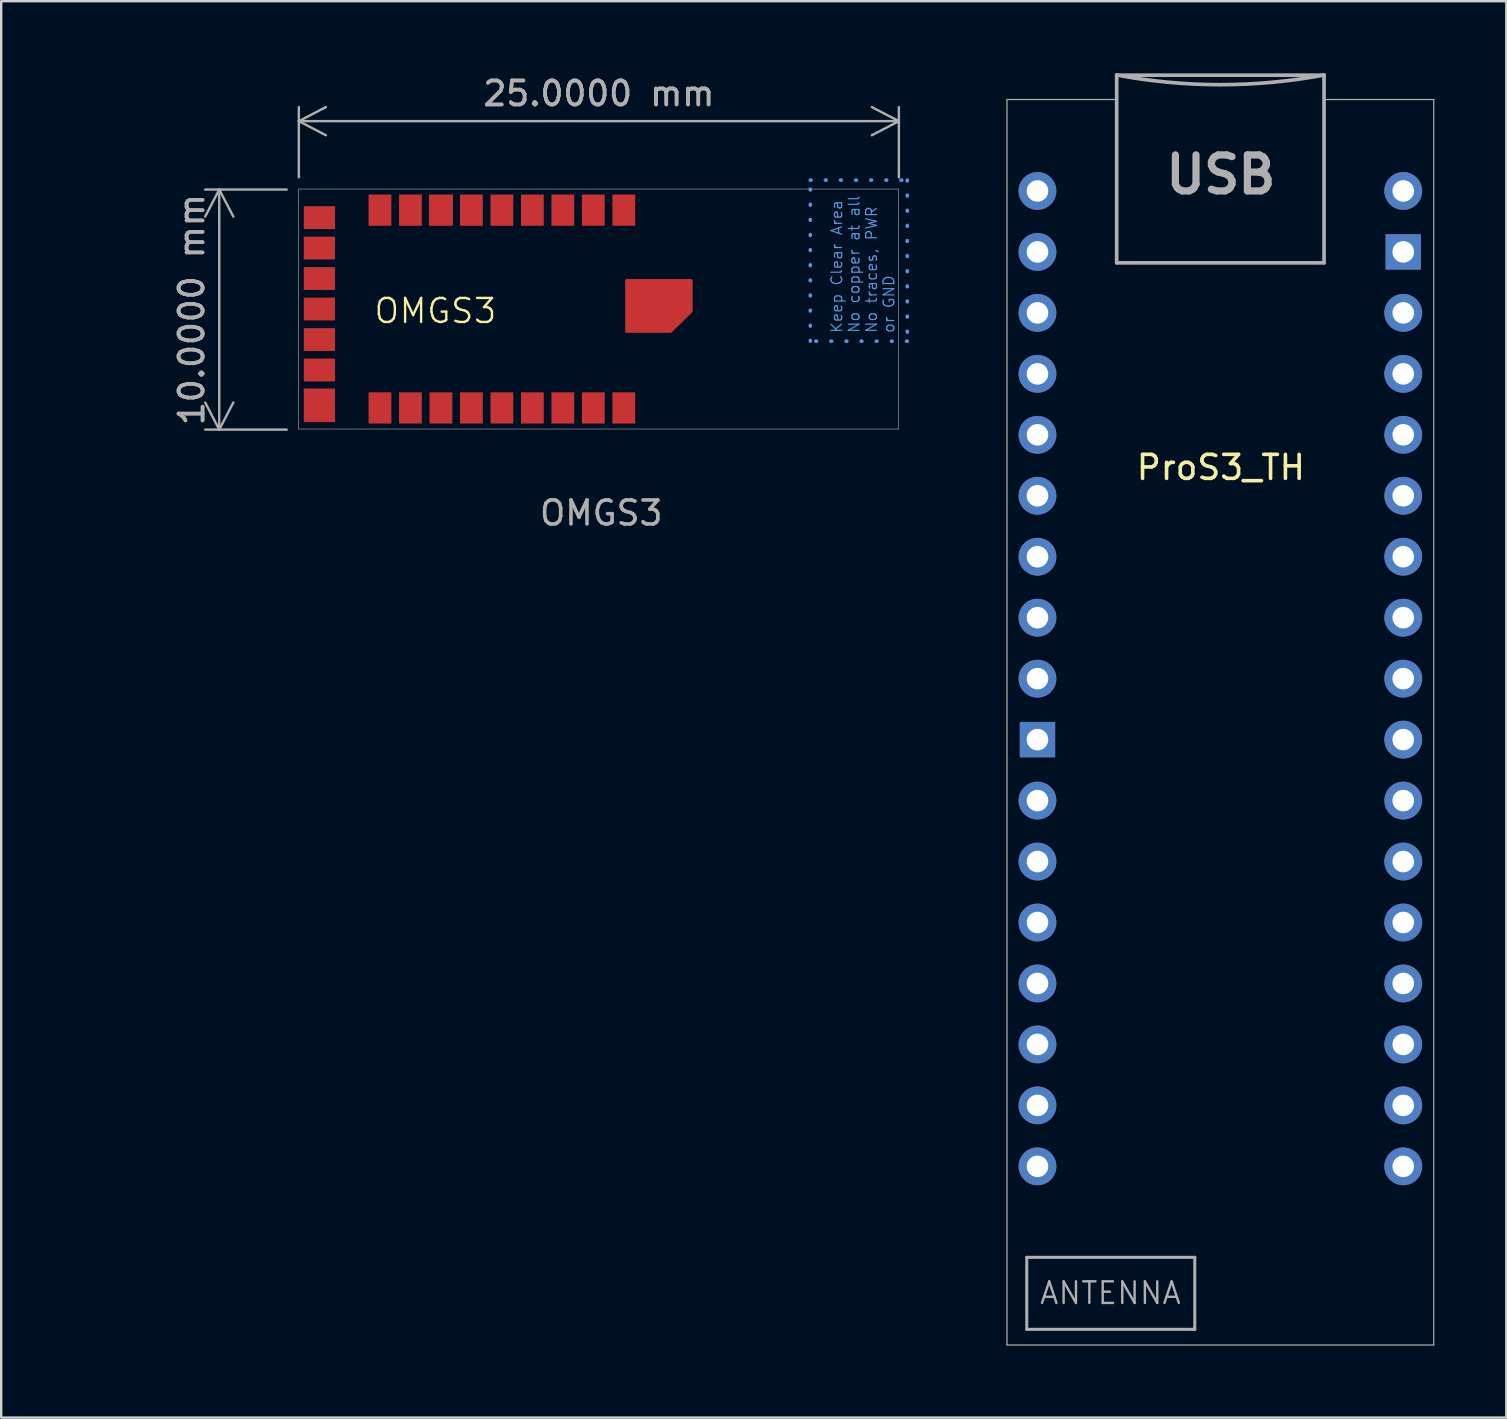
<source format=kicad_pcb>
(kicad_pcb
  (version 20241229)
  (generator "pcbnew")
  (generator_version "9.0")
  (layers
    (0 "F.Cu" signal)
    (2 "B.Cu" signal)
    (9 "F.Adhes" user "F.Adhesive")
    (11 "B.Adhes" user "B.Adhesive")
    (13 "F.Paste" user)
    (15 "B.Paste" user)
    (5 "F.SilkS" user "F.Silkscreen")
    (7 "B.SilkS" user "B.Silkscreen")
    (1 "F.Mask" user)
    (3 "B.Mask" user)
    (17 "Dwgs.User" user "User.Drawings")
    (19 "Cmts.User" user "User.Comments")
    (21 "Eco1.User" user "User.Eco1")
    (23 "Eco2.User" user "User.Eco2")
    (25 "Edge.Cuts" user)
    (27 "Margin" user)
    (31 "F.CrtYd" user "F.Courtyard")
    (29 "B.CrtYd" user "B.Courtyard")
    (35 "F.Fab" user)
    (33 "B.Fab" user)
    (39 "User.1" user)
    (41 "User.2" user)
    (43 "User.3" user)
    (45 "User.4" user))
  (footprint "OMGS3"
    (layer "F.Cu")
    (at 9.391 14.826)
    (property "Reference" "OMGS3" (at 5.7 -4.921 0) (unlocked yes) (layer "F.SilkS") (effects (font (size 1 1) (thickness 0.1))))
    (attr smd)
    (fp_rect (start 21.32 -10.371) (end 25.36 -3.661) (stroke (width 0.15) (type dot)) (fill no) (layer "Cmts.User"))
    (fp_line (start 0 -10) (end 25 -10) (stroke (width 0.02) (type solid)) (layer "Edge.Cuts"))
    (fp_line (start 0 0) (end 0 -10) (stroke (width 0.02) (type solid)) (layer "Edge.Cuts"))
    (fp_line (start 0 0) (end 25 0) (stroke (width 0.02) (type solid)) (layer "Edge.Cuts"))
    (fp_line (start 25 -10) (end 25 0) (stroke (width 0.02) (type solid)) (layer "Edge.Cuts"))
    (fp_text user "${REFERENCE}" (at 12.61 3.499 0) (unlocked yes) (layer "F.Fab") (effects (font (size 1 1) (thickness 0.15))))
    (fp_text_box "Keep Clear Area\nNo copper at all\nNo traces, PWR\nor GND" (start 21.82 -3.635) (end 26.49 -11.447) (margins 0.338 0.338 0.338 0.338) (angle 90) (layer "Cmts.User") (effects (font (size 0.45 0.45) (thickness 0.05)) (justify left top)) (border no) (stroke (width 0) (type dot)))
    (dimension (type aligned) (layer "F.Fab") (pts (xy 9.393 14.848) (xy 9.393 4.848)) (height -3.308) (format (prefix "") (suffix "") (units 3) (units_format 1) (precision 4)) (style (thickness 0.1) (arrow_length 1.27) (text_position_mode 0) (arrow_direction outward) (extension_height 0.586) (extension_offset 0.5) (keep_text_aligned yes)) (gr_text "10.0000 mm" (at 4.935 9.848 90) (layer "F.Fab") (effects (font (size 1 1) (thickness 0.15)))))
    (dimension (type aligned) (layer "F.Fab") (pts (xy 9.401 4.837) (xy 34.401 4.837)) (height -2.839) (format (prefix "") (suffix "") (units 3) (units_format 1) (precision 4)) (style (thickness 0.1) (arrow_length 1.27) (text_position_mode 0) (arrow_direction outward) (extension_height 0.586) (extension_offset 0.5) (keep_text_aligned yes)) (gr_text "25.0000 mm" (at 21.901 0.848 0) (layer "F.Fab") (effects (font (size 1 1) (thickness 0.15)))))
    (pad "1" smd rect (at 13.55 -0.88) (size 0.95 1.3) (layers "F.Cu" "F.Mask" "F.Paste"))
    (pad "2" smd rect (at 12.28 -0.88) (size 0.95 1.3) (layers "F.Cu" "F.Mask" "F.Paste"))
    (pad "3" smd rect (at 11.01 -0.88) (size 0.95 1.3) (layers "F.Cu" "F.Mask" "F.Paste"))
    (pad "4" smd rect (at 9.74 -0.88) (size 0.95 1.3) (layers "F.Cu" "F.Mask" "F.Paste"))
    (pad "5" smd rect (at 8.47 -0.88) (size 0.95 1.3) (layers "F.Cu" "F.Mask" "F.Paste"))
    (pad "6" smd rect (at 7.2 -0.88) (size 0.95 1.3) (layers "F.Cu" "F.Mask" "F.Paste"))
    (pad "7" smd rect (at 5.93 -0.88) (size 0.95 1.3) (layers "F.Cu" "F.Mask" "F.Paste"))
    (pad "8" smd rect (at 4.66 -0.88) (size 0.95 1.3) (layers "F.Cu" "F.Mask" "F.Paste"))
    (pad "9" smd rect (at 3.39 -0.88) (size 0.95 1.3) (layers "F.Cu" "F.Mask" "F.Paste"))
    (pad "10" smd rect (at 0.867 -0.99 90) (size 1.4 1.3) (layers "F.Cu" "F.Mask" "F.Paste"))
    (pad "11" smd rect (at 0.867 -2.46 90) (size 0.95 1.3) (layers "F.Cu" "F.Mask" "F.Paste"))
    (pad "12" smd rect (at 0.867 -3.73 90) (size 0.95 1.3) (layers "F.Cu" "F.Mask" "F.Paste"))
    (pad "13" smd rect (at 0.867 -5 90) (size 0.95 1.3) (layers "F.Cu" "F.Mask" "F.Paste"))
    (pad "14" smd rect (at 0.867 -6.27 90) (size 0.95 1.3) (layers "F.Cu" "F.Mask" "F.Paste"))
    (pad "15" smd rect (at 0.867 -7.54 90) (size 0.95 1.3) (layers "F.Cu" "F.Mask" "F.Paste"))
    (pad "16" smd rect (at 0.867 -8.81 90) (size 0.95 1.3) (layers "F.Cu" "F.Mask" "F.Paste"))
    (pad "17" smd rect (at 3.39 -9.12) (size 0.95 1.3) (layers "F.Cu" "F.Mask" "F.Paste"))
    (pad "18" smd rect (at 4.66 -9.12) (size 0.95 1.3) (layers "F.Cu" "F.Mask" "F.Paste"))
    (pad "19" smd rect (at 5.93 -9.12) (size 1 1.3) (layers "F.Cu" "F.Mask" "F.Paste"))
    (pad "20" smd rect (at 7.2 -9.12) (size 0.95 1.3) (layers "F.Cu" "F.Mask" "F.Paste"))
    (pad "21" smd rect (at 8.47 -9.12) (size 0.95 1.3) (layers "F.Cu" "F.Mask" "F.Paste"))
    (pad "22" smd rect (at 9.74 -9.12) (size 0.95 1.3) (layers "F.Cu" "F.Mask" "F.Paste"))
    (pad "23" smd rect (at 11.01 -9.12) (size 0.95 1.3) (layers "F.Cu" "F.Mask" "F.Paste"))
    (pad "24" smd rect (at 12.28 -9.12) (size 0.95 1.3) (layers "F.Cu" "F.Mask" "F.Paste"))
    (pad "25" smd rect (at 13.55 -9.12) (size 0.95 1.3) (layers "F.Cu" "F.Mask" "F.Paste"))
    (pad "EXP" smd custom (at 15.307 -5.1) (size 1.25 1.25) (layers "F.Cu" "F.Mask" "F.Paste") (options (anchor rect)) (primitives (gr_poly (pts (xy 1.06 0.2) (xy 0.2 1.04) (xy -1.65 1.04) (xy -1.65 -1.1) (xy 1.06 -1.1)) (width 0.1) (fill yes)))))
  (footprint "ProS3_TH"
    (layer "F.Cu")
    (at 47.816 25.226)
    (property "Reference" "ProS3_TH" (at 0 -8.8 0) (unlocked yes) (layer "F.SilkS") (effects (font (size 1 1) (thickness 0.15))))
    (attr through_hole)
    (fp_line (start -8.91 27.762) (end -8.91 -24.13) (stroke (width 0.05) (type solid)) (layer "F.Fab"))
    (fp_line (start -8.91 27.762) (end 8.87 27.762) (stroke (width 0.05) (type solid)) (layer "F.Fab"))
    (fp_line (start -8.086 24.11) (end -1.086 24.11) (stroke (width 0.127) (type solid)) (layer "F.Fab"))
    (fp_line (start -8.086 27.11) (end -8.086 24.11) (stroke (width 0.127) (type solid)) (layer "F.Fab"))
    (fp_line (start -4.41 -24.13) (end -8.91 -24.13) (stroke (width 0.05) (type solid)) (layer "F.Fab"))
    (fp_line (start -4.34 -17.325) (end -4.34 -25.145) (stroke (width 0.152) (type solid)) (layer "F.Fab"))
    (fp_line (start -4.34 -17.315) (end -4.34 -17.325) (stroke (width 0.01) (type solid)) (layer "F.Fab"))
    (fp_line (start -1.086 24.11) (end -1.086 27.11) (stroke (width 0.127) (type solid)) (layer "F.Fab"))
    (fp_line (start -1.086 27.11) (end -8.086 27.11) (stroke (width 0.127) (type solid)) (layer "F.Fab"))
    (fp_line (start 4.3 -25.145) (end -4.34 -25.145) (stroke (width 0.152) (type solid)) (layer "F.Fab"))
    (fp_line (start 4.3 -25.145) (end 4.3 -17.325) (stroke (width 0.152) (type solid)) (layer "F.Fab"))
    (fp_line (start 4.3 -17.325) (end -4.34 -17.325) (stroke (width 0.152) (type solid)) (layer "F.Fab"))
    (fp_line (start 4.3 -17.315) (end 4.3 -17.325) (stroke (width 0.01) (type solid)) (layer "F.Fab"))
    (fp_line (start 8.87 -24.13) (end 4.391 -24.13) (stroke (width 0.05) (type solid)) (layer "F.Fab"))
    (fp_line (start 8.87 -24.13) (end 8.87 27.762) (stroke (width 0.05) (type solid)) (layer "F.Fab"))
    (fp_arc (start 4.3 -25.15) (mid -0.02 -24.747675) (end -4.34 -25.15) (stroke (width 0.1524) (type solid)) (layer "F.Fab"))
    (fp_text user "USB" (at 0 -21 0) (unlocked yes) (layer "F.Fab") (effects (font (size 1.5 1.5) (thickness 0.3))))
    (fp_text user "ANTENNA" (at -4.6 25.6 0) (unlocked yes) (layer "F.Fab") (effects (font (size 0.9 0.9) (thickness 0.1))))
    (pad "1" thru_hole circle (at 7.6 -20.32) (size 1.575 1.575) (drill 0.9) (layers "*.Cu" "*.Mask"))
    (pad "2" thru_hole rect (at 7.6 -17.78) (size 1.473 1.473) (drill 0.9) (layers "*.Cu" "*.Mask"))
    (pad "3" thru_hole circle (at 7.6 -15.24) (size 1.575 1.575) (drill 0.9) (layers "*.Cu" "*.Mask"))
    (pad "4" thru_hole circle (at 7.6 -12.7) (size 1.575 1.575) (drill 0.9) (layers "*.Cu" "*.Mask"))
    (pad "5" thru_hole circle (at 7.6 -10.16) (size 1.575 1.575) (drill 0.9) (layers "*.Cu" "*.Mask"))
    (pad "6" thru_hole circle (at 7.6 -7.62) (size 1.575 1.575) (drill 0.9) (layers "*.Cu" "*.Mask"))
    (pad "7" thru_hole circle (at 7.6 -5.08) (size 1.575 1.575) (drill 0.9) (layers "*.Cu" "*.Mask"))
    (pad "8" thru_hole circle (at 7.6 -2.54) (size 1.575 1.575) (drill 0.9) (layers "*.Cu" "*.Mask"))
    (pad "9" thru_hole circle (at 7.6 0) (size 1.575 1.575) (drill 0.9) (layers "*.Cu" "*.Mask"))
    (pad "10" thru_hole circle (at 7.6 2.54) (size 1.575 1.575) (drill 0.9) (layers "*.Cu" "*.Mask"))
    (pad "11" thru_hole circle (at 7.6 5.08) (size 1.575 1.575) (drill 0.9) (layers "*.Cu" "*.Mask"))
    (pad "12" thru_hole circle (at 7.6 7.62) (size 1.575 1.575) (drill 0.9) (layers "*.Cu" "*.Mask"))
    (pad "13" thru_hole circle (at 7.6 10.16) (size 1.575 1.575) (drill 0.9) (layers "*.Cu" "*.Mask"))
    (pad "14" thru_hole circle (at 7.6 12.7) (size 1.575 1.575) (drill 0.9) (layers "*.Cu" "*.Mask"))
    (pad "15" thru_hole circle (at 7.6 15.24) (size 1.575 1.575) (drill 0.9) (layers "*.Cu" "*.Mask"))
    (pad "16" thru_hole circle (at 7.6 17.78) (size 1.575 1.575) (drill 0.9) (layers "*.Cu" "*.Mask"))
    (pad "17" thru_hole circle (at 7.6 20.32) (size 1.575 1.575) (drill 0.9) (layers "*.Cu" "*.Mask"))
    (pad "18" thru_hole circle (at -7.64 20.32) (size 1.575 1.575) (drill 0.9) (layers "*.Cu" "*.Mask"))
    (pad "19" thru_hole circle (at -7.64 17.78) (size 1.575 1.575) (drill 0.9) (layers "*.Cu" "*.Mask"))
    (pad "20" thru_hole circle (at -7.64 15.24) (size 1.575 1.575) (drill 0.9) (layers "*.Cu" "*.Mask"))
    (pad "21" thru_hole circle (at -7.64 12.7) (size 1.575 1.575) (drill 0.9) (layers "*.Cu" "*.Mask"))
    (pad "22" thru_hole circle (at -7.64 10.16) (size 1.575 1.575) (drill 0.9) (layers "*.Cu" "*.Mask"))
    (pad "23" thru_hole circle (at -7.64 7.62) (size 1.575 1.575) (drill 0.9) (layers "*.Cu" "*.Mask"))
    (pad "24" thru_hole circle (at -7.64 5.08) (size 1.575 1.575) (drill 0.9) (layers "*.Cu" "*.Mask"))
    (pad "25" thru_hole rect (at -7.64 2.54) (size 1.473 1.473) (drill 0.9) (layers "*.Cu" "*.Mask"))
    (pad "26" thru_hole circle (at -7.64 0) (size 1.575 1.575) (drill 0.9) (layers "*.Cu" "*.Mask"))
    (pad "27" thru_hole circle (at -7.64 -2.54) (size 1.575 1.575) (drill 0.9) (layers "*.Cu" "*.Mask"))
    (pad "28" thru_hole circle (at -7.64 -5.08) (size 1.575 1.575) (drill 0.9) (layers "*.Cu" "*.Mask"))
    (pad "29" thru_hole circle (at -7.64 -7.62) (size 1.575 1.575) (drill 0.9) (layers "*.Cu" "*.Mask"))
    (pad "30" thru_hole circle (at -7.64 -10.16) (size 1.575 1.575) (drill 0.9) (layers "*.Cu" "*.Mask"))
    (pad "31" thru_hole circle (at -7.64 -12.7) (size 1.575 1.575) (drill 0.9) (layers "*.Cu" "*.Mask"))
    (pad "32" thru_hole circle (at -7.64 -15.24) (size 1.575 1.575) (drill 0.9) (layers "*.Cu" "*.Mask"))
    (pad "33" thru_hole circle (at -7.64 -17.78) (size 1.575 1.575) (drill 0.9) (layers "*.Cu" "*.Mask"))
    (pad "34" thru_hole circle (at -7.64 -20.32) (size 1.575 1.575) (drill 0.9) (layers "*.Cu" "*.Mask")))
  (gr_rect
    (start -3 -3)
    (end 59.711 56.013)
    (stroke (width 0.1) (type default))
    (fill no)
    (layer "Edge.Cuts")))
</source>
